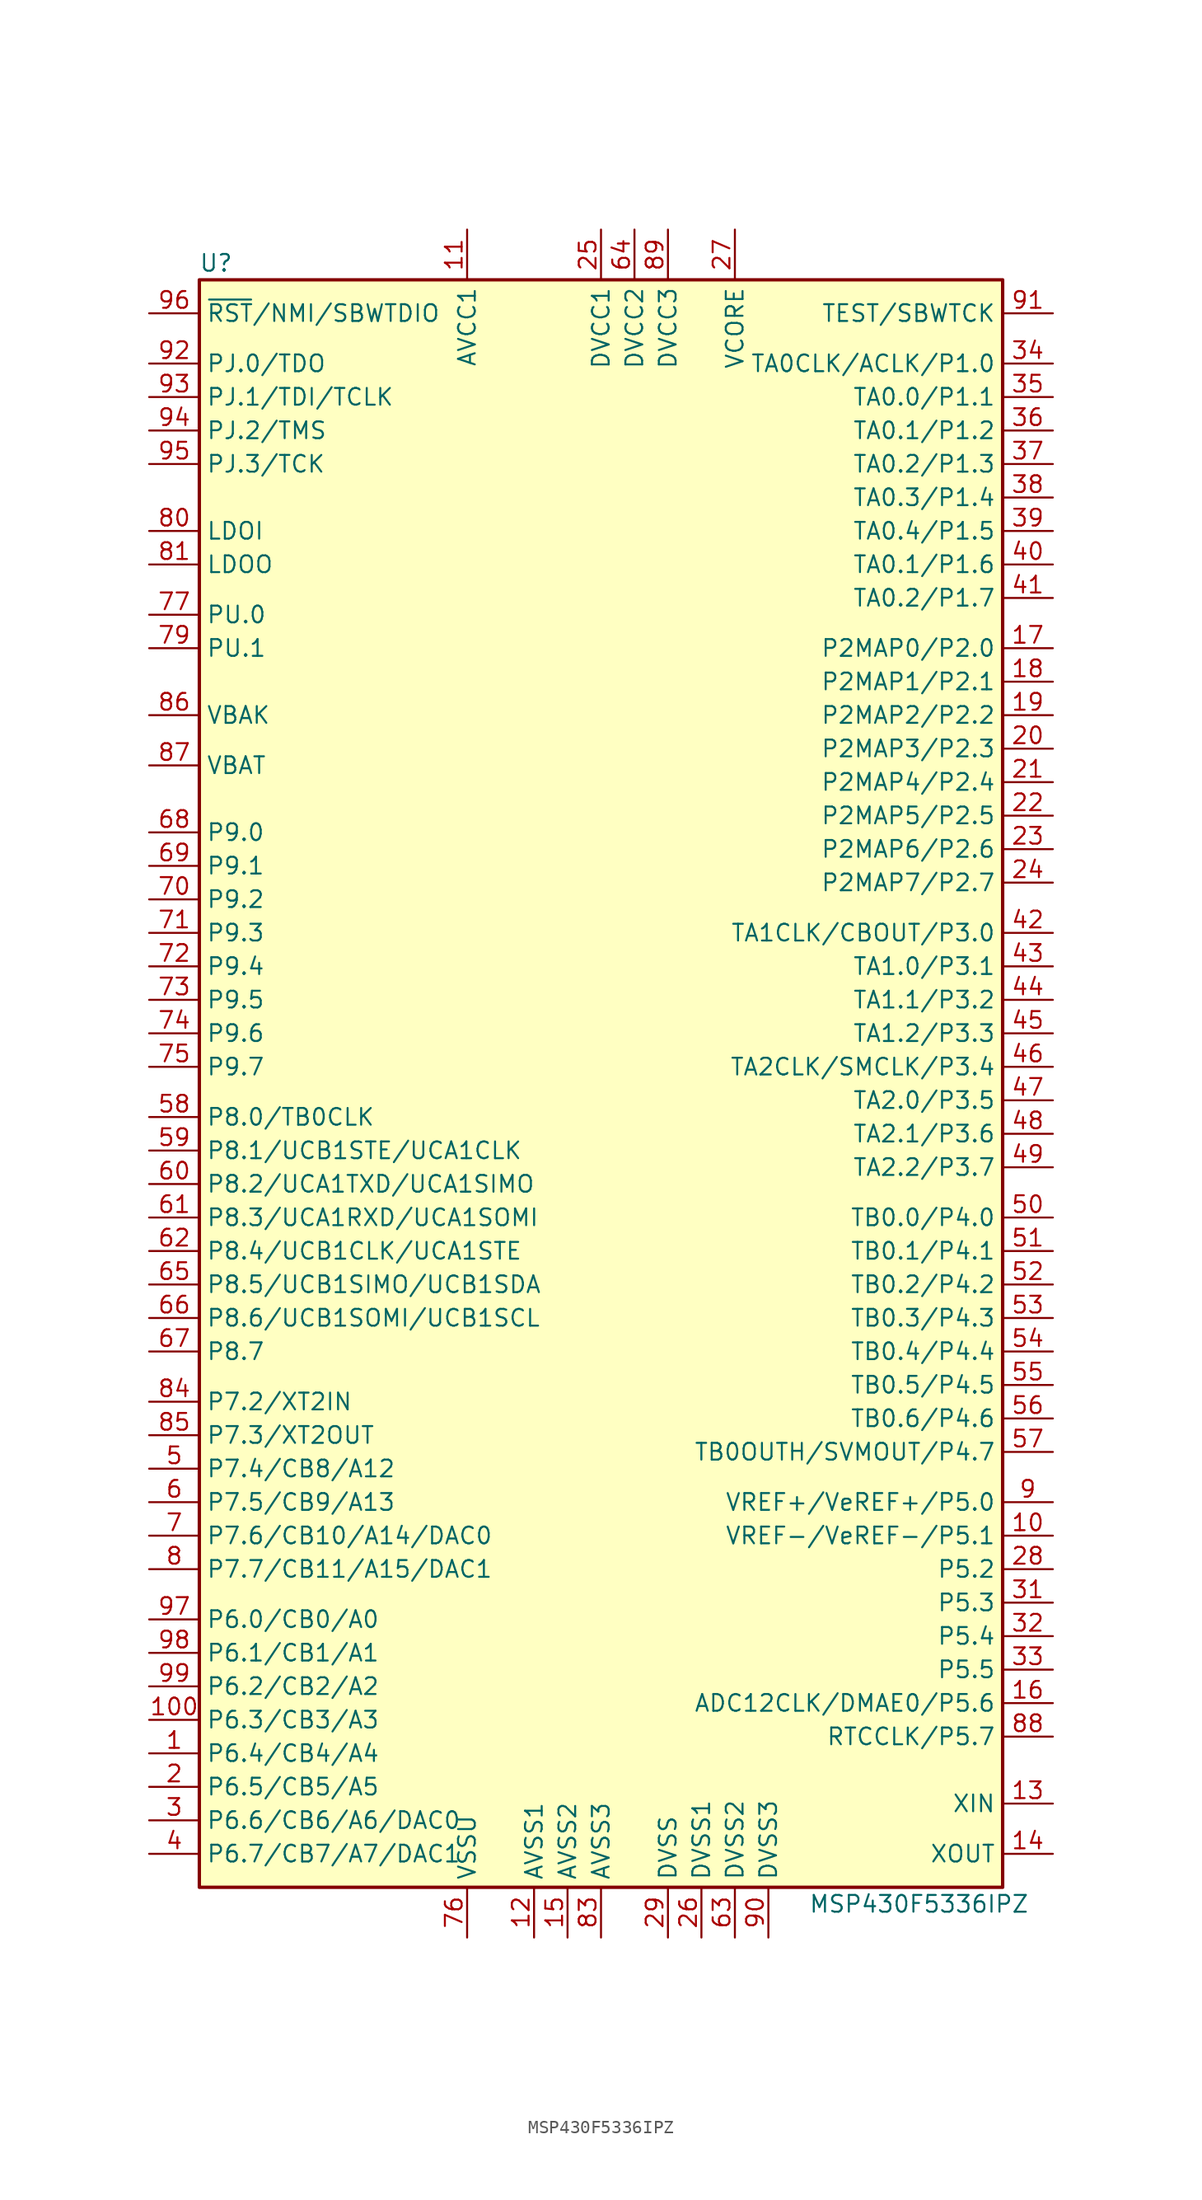
<source format=kicad_sym>
(kicad_symbol_lib
  (version 20231120)
  (generator "kicad_symbol_editor")
  (generator_version "8.0")
  (symbol "MSP430F5336IPZ"
    (property "Reference" "U"
      (at -29.21 60.96 0)
      (effects (font (size 1.27 1.27))))
    (property "Value" "MSP430F5336IPZ"
      (at 24.13 -63.5 0)
      (effects (font (size 1.27 1.27))))
    (symbol "MSP430F5336IPZ_0_1"
      (rectangle (start -30.48 59.69) (end 30.48 -62.23) (stroke (width 0.254) (type default)) (fill (type background))))
    (symbol "MSP430F5336IPZ_1_1"
      (pin bidirectional line (at -34.29 -52.07 0) (length 3.81) (name "P6.4/CB4/A4" (effects (font (size 1.27 1.27)))) (number "1" (effects (font (size 1.27 1.27)))))
      (pin bidirectional line (at 34.29 -35.56 180) (length 3.81) (name "VREF-/VeREF-/P5.1" (effects (font (size 1.27 1.27)))) (number "10" (effects (font (size 1.27 1.27)))))
      (pin bidirectional line (at -34.29 -49.53 0) (length 3.81) (name "P6.3/CB3/A3" (effects (font (size 1.27 1.27)))) (number "100" (effects (font (size 1.27 1.27)))))
      (pin power_in line (at -10.16 63.5 270) (length 3.81) (name "AVCC1" (effects (font (size 1.27 1.27)))) (number "11" (effects (font (size 1.27 1.27)))))
      (pin power_in line (at -5.08 -66.04 90) (length 3.81) (name "AVSS1" (effects (font (size 1.27 1.27)))) (number "12" (effects (font (size 1.27 1.27)))))
      (pin bidirectional line (at 34.29 -55.88 180) (length 3.81) (name "XIN" (effects (font (size 1.27 1.27)))) (number "13" (effects (font (size 1.27 1.27)))))
      (pin bidirectional line (at 34.29 -59.69 180) (length 3.81) (name "XOUT" (effects (font (size 1.27 1.27)))) (number "14" (effects (font (size 1.27 1.27)))))
      (pin power_in line (at -2.54 -66.04 90) (length 3.81) (name "AVSS2" (effects (font (size 1.27 1.27)))) (number "15" (effects (font (size 1.27 1.27)))))
      (pin bidirectional line (at 34.29 -48.26 180) (length 3.81) (name "ADC12CLK/DMAE0/P5.6" (effects (font (size 1.27 1.27)))) (number "16" (effects (font (size 1.27 1.27)))))
      (pin bidirectional line (at 34.29 31.75 180) (length 3.81) (name "P2MAP0/P2.0" (effects (font (size 1.27 1.27)))) (number "17" (effects (font (size 1.27 1.27)))))
      (pin bidirectional line (at 34.29 29.21 180) (length 3.81) (name "P2MAP1/P2.1" (effects (font (size 1.27 1.27)))) (number "18" (effects (font (size 1.27 1.27)))))
      (pin bidirectional line (at 34.29 26.67 180) (length 3.81) (name "P2MAP2/P2.2" (effects (font (size 1.27 1.27)))) (number "19" (effects (font (size 1.27 1.27)))))
      (pin bidirectional line (at -34.29 -54.61 0) (length 3.81) (name "P6.5/CB5/A5" (effects (font (size 1.27 1.27)))) (number "2" (effects (font (size 1.27 1.27)))))
      (pin bidirectional line (at 34.29 24.13 180) (length 3.81) (name "P2MAP3/P2.3" (effects (font (size 1.27 1.27)))) (number "20" (effects (font (size 1.27 1.27)))))
      (pin bidirectional line (at 34.29 21.59 180) (length 3.81) (name "P2MAP4/P2.4" (effects (font (size 1.27 1.27)))) (number "21" (effects (font (size 1.27 1.27)))))
      (pin bidirectional line (at 34.29 19.05 180) (length 3.81) (name "P2MAP5/P2.5" (effects (font (size 1.27 1.27)))) (number "22" (effects (font (size 1.27 1.27)))))
      (pin bidirectional line (at 34.29 16.51 180) (length 3.81) (name "P2MAP6/P2.6" (effects (font (size 1.27 1.27)))) (number "23" (effects (font (size 1.27 1.27)))))
      (pin bidirectional line (at 34.29 13.97 180) (length 3.81) (name "P2MAP7/P2.7" (effects (font (size 1.27 1.27)))) (number "24" (effects (font (size 1.27 1.27)))))
      (pin power_in line (at 0 63.5 270) (length 3.81) (name "DVCC1" (effects (font (size 1.27 1.27)))) (number "25" (effects (font (size 1.27 1.27)))))
      (pin power_in line (at 7.62 -66.04 90) (length 3.81) (name "DVSS1" (effects (font (size 1.27 1.27)))) (number "26" (effects (font (size 1.27 1.27)))))
      (pin bidirectional line (at 10.16 63.5 270) (length 3.81) (name "VCORE" (effects (font (size 1.27 1.27)))) (number "27" (effects (font (size 1.27 1.27)))))
      (pin bidirectional line (at 34.29 -38.1 180) (length 3.81) (name "P5.2" (effects (font (size 1.27 1.27)))) (number "28" (effects (font (size 1.27 1.27)))))
      (pin power_in line (at 5.08 -66.04 90) (length 3.81) (name "DVSS" (effects (font (size 1.27 1.27)))) (number "29" (effects (font (size 1.27 1.27)))))
      (pin bidirectional line (at -34.29 -57.15 0) (length 3.81) (name "P6.6/CB6/A6/DAC0" (effects (font (size 1.27 1.27)))) (number "3" (effects (font (size 1.27 1.27)))))
      (pin bidirectional line (at 34.29 -40.64 180) (length 3.81) (name "P5.3" (effects (font (size 1.27 1.27)))) (number "31" (effects (font (size 1.27 1.27)))))
      (pin bidirectional line (at 34.29 -43.18 180) (length 3.81) (name "P5.4" (effects (font (size 1.27 1.27)))) (number "32" (effects (font (size 1.27 1.27)))))
      (pin bidirectional line (at 34.29 -45.72 180) (length 3.81) (name "P5.5" (effects (font (size 1.27 1.27)))) (number "33" (effects (font (size 1.27 1.27)))))
      (pin bidirectional line (at 34.29 53.34 180) (length 3.81) (name "TA0CLK/ACLK/P1.0" (effects (font (size 1.27 1.27)))) (number "34" (effects (font (size 1.27 1.27)))))
      (pin bidirectional line (at 34.29 50.8 180) (length 3.81) (name "TA0.0/P1.1" (effects (font (size 1.27 1.27)))) (number "35" (effects (font (size 1.27 1.27)))))
      (pin bidirectional line (at 34.29 48.26 180) (length 3.81) (name "TA0.1/P1.2" (effects (font (size 1.27 1.27)))) (number "36" (effects (font (size 1.27 1.27)))))
      (pin bidirectional line (at 34.29 45.72 180) (length 3.81) (name "TA0.2/P1.3" (effects (font (size 1.27 1.27)))) (number "37" (effects (font (size 1.27 1.27)))))
      (pin bidirectional line (at 34.29 43.18 180) (length 3.81) (name "TA0.3/P1.4" (effects (font (size 1.27 1.27)))) (number "38" (effects (font (size 1.27 1.27)))))
      (pin bidirectional line (at 34.29 40.64 180) (length 3.81) (name "TA0.4/P1.5" (effects (font (size 1.27 1.27)))) (number "39" (effects (font (size 1.27 1.27)))))
      (pin bidirectional line (at -34.29 -59.69 0) (length 3.81) (name "P6.7/CB7/A7/DAC1" (effects (font (size 1.27 1.27)))) (number "4" (effects (font (size 1.27 1.27)))))
      (pin bidirectional line (at 34.29 38.1 180) (length 3.81) (name "TA0.1/P1.6" (effects (font (size 1.27 1.27)))) (number "40" (effects (font (size 1.27 1.27)))))
      (pin bidirectional line (at 34.29 35.56 180) (length 3.81) (name "TA0.2/P1.7" (effects (font (size 1.27 1.27)))) (number "41" (effects (font (size 1.27 1.27)))))
      (pin bidirectional line (at 34.29 10.16 180) (length 3.81) (name "TA1CLK/CBOUT/P3.0" (effects (font (size 1.27 1.27)))) (number "42" (effects (font (size 1.27 1.27)))))
      (pin bidirectional line (at 34.29 7.62 180) (length 3.81) (name "TA1.0/P3.1" (effects (font (size 1.27 1.27)))) (number "43" (effects (font (size 1.27 1.27)))))
      (pin bidirectional line (at 34.29 5.08 180) (length 3.81) (name "TA1.1/P3.2" (effects (font (size 1.27 1.27)))) (number "44" (effects (font (size 1.27 1.27)))))
      (pin bidirectional line (at 34.29 2.54 180) (length 3.81) (name "TA1.2/P3.3" (effects (font (size 1.27 1.27)))) (number "45" (effects (font (size 1.27 1.27)))))
      (pin bidirectional line (at 34.29 0 180) (length 3.81) (name "TA2CLK/SMCLK/P3.4" (effects (font (size 1.27 1.27)))) (number "46" (effects (font (size 1.27 1.27)))))
      (pin bidirectional line (at 34.29 -2.54 180) (length 3.81) (name "TA2.0/P3.5" (effects (font (size 1.27 1.27)))) (number "47" (effects (font (size 1.27 1.27)))))
      (pin bidirectional line (at 34.29 -5.08 180) (length 3.81) (name "TA2.1/P3.6" (effects (font (size 1.27 1.27)))) (number "48" (effects (font (size 1.27 1.27)))))
      (pin bidirectional line (at 34.29 -7.62 180) (length 3.81) (name "TA2.2/P3.7" (effects (font (size 1.27 1.27)))) (number "49" (effects (font (size 1.27 1.27)))))
      (pin bidirectional line (at -34.29 -30.48 0) (length 3.81) (name "P7.4/CB8/A12" (effects (font (size 1.27 1.27)))) (number "5" (effects (font (size 1.27 1.27)))))
      (pin bidirectional line (at 34.29 -11.43 180) (length 3.81) (name "TB0.0/P4.0" (effects (font (size 1.27 1.27)))) (number "50" (effects (font (size 1.27 1.27)))))
      (pin bidirectional line (at 34.29 -13.97 180) (length 3.81) (name "TB0.1/P4.1" (effects (font (size 1.27 1.27)))) (number "51" (effects (font (size 1.27 1.27)))))
      (pin bidirectional line (at 34.29 -16.51 180) (length 3.81) (name "TB0.2/P4.2" (effects (font (size 1.27 1.27)))) (number "52" (effects (font (size 1.27 1.27)))))
      (pin bidirectional line (at 34.29 -19.05 180) (length 3.81) (name "TB0.3/P4.3" (effects (font (size 1.27 1.27)))) (number "53" (effects (font (size 1.27 1.27)))))
      (pin bidirectional line (at 34.29 -21.59 180) (length 3.81) (name "TB0.4/P4.4" (effects (font (size 1.27 1.27)))) (number "54" (effects (font (size 1.27 1.27)))))
      (pin bidirectional line (at 34.29 -24.13 180) (length 3.81) (name "TB0.5/P4.5" (effects (font (size 1.27 1.27)))) (number "55" (effects (font (size 1.27 1.27)))))
      (pin bidirectional line (at 34.29 -26.67 180) (length 3.81) (name "TB0.6/P4.6" (effects (font (size 1.27 1.27)))) (number "56" (effects (font (size 1.27 1.27)))))
      (pin bidirectional line (at 34.29 -29.21 180) (length 3.81) (name "TB0OUTH/SVMOUT/P4.7" (effects (font (size 1.27 1.27)))) (number "57" (effects (font (size 1.27 1.27)))))
      (pin bidirectional line (at -34.29 -3.81 0) (length 3.81) (name "P8.0/TB0CLK" (effects (font (size 1.27 1.27)))) (number "58" (effects (font (size 1.27 1.27)))))
      (pin bidirectional line (at -34.29 -6.35 0) (length 3.81) (name "P8.1/UCB1STE/UCA1CLK" (effects (font (size 1.27 1.27)))) (number "59" (effects (font (size 1.27 1.27)))))
      (pin bidirectional line (at -34.29 -33.02 0) (length 3.81) (name "P7.5/CB9/A13" (effects (font (size 1.27 1.27)))) (number "6" (effects (font (size 1.27 1.27)))))
      (pin bidirectional line (at -34.29 -8.89 0) (length 3.81) (name "P8.2/UCA1TXD/UCA1SIMO" (effects (font (size 1.27 1.27)))) (number "60" (effects (font (size 1.27 1.27)))))
      (pin bidirectional line (at -34.29 -11.43 0) (length 3.81) (name "P8.3/UCA1RXD/UCA1SOMI" (effects (font (size 1.27 1.27)))) (number "61" (effects (font (size 1.27 1.27)))))
      (pin bidirectional line (at -34.29 -13.97 0) (length 3.81) (name "P8.4/UCB1CLK/UCA1STE" (effects (font (size 1.27 1.27)))) (number "62" (effects (font (size 1.27 1.27)))))
      (pin power_in line (at 10.16 -66.04 90) (length 3.81) (name "DVSS2" (effects (font (size 1.27 1.27)))) (number "63" (effects (font (size 1.27 1.27)))))
      (pin power_in line (at 2.54 63.5 270) (length 3.81) (name "DVCC2" (effects (font (size 1.27 1.27)))) (number "64" (effects (font (size 1.27 1.27)))))
      (pin bidirectional line (at -34.29 -16.51 0) (length 3.81) (name "P8.5/UCB1SIMO/UCB1SDA" (effects (font (size 1.27 1.27)))) (number "65" (effects (font (size 1.27 1.27)))))
      (pin bidirectional line (at -34.29 -19.05 0) (length 3.81) (name "P8.6/UCB1SOMI/UCB1SCL" (effects (font (size 1.27 1.27)))) (number "66" (effects (font (size 1.27 1.27)))))
      (pin bidirectional line (at -34.29 -21.59 0) (length 3.81) (name "P8.7" (effects (font (size 1.27 1.27)))) (number "67" (effects (font (size 1.27 1.27)))))
      (pin bidirectional line (at -34.29 17.78 0) (length 3.81) (name "P9.0" (effects (font (size 1.27 1.27)))) (number "68" (effects (font (size 1.27 1.27)))))
      (pin bidirectional line (at -34.29 15.24 0) (length 3.81) (name "P9.1" (effects (font (size 1.27 1.27)))) (number "69" (effects (font (size 1.27 1.27)))))
      (pin bidirectional line (at -34.29 -35.56 0) (length 3.81) (name "P7.6/CB10/A14/DAC0" (effects (font (size 1.27 1.27)))) (number "7" (effects (font (size 1.27 1.27)))))
      (pin bidirectional line (at -34.29 12.7 0) (length 3.81) (name "P9.2" (effects (font (size 1.27 1.27)))) (number "70" (effects (font (size 1.27 1.27)))))
      (pin bidirectional line (at -34.29 10.16 0) (length 3.81) (name "P9.3" (effects (font (size 1.27 1.27)))) (number "71" (effects (font (size 1.27 1.27)))))
      (pin bidirectional line (at -34.29 7.62 0) (length 3.81) (name "P9.4" (effects (font (size 1.27 1.27)))) (number "72" (effects (font (size 1.27 1.27)))))
      (pin bidirectional line (at -34.29 5.08 0) (length 3.81) (name "P9.5" (effects (font (size 1.27 1.27)))) (number "73" (effects (font (size 1.27 1.27)))))
      (pin bidirectional line (at -34.29 2.54 0) (length 3.81) (name "P9.6" (effects (font (size 1.27 1.27)))) (number "74" (effects (font (size 1.27 1.27)))))
      (pin bidirectional line (at -34.29 0 0) (length 3.81) (name "P9.7" (effects (font (size 1.27 1.27)))) (number "75" (effects (font (size 1.27 1.27)))))
      (pin power_in line (at -10.16 -66.04 90) (length 3.81) (name "VSSU" (effects (font (size 1.27 1.27)))) (number "76" (effects (font (size 1.27 1.27)))))
      (pin bidirectional line (at -34.29 34.29 0) (length 3.81) (name "PU.0" (effects (font (size 1.27 1.27)))) (number "77" (effects (font (size 1.27 1.27)))))
      (pin bidirectional line (at -34.29 31.75 0) (length 3.81) (name "PU.1" (effects (font (size 1.27 1.27)))) (number "79" (effects (font (size 1.27 1.27)))))
      (pin bidirectional line (at -34.29 -38.1 0) (length 3.81) (name "P7.7/CB11/A15/DAC1" (effects (font (size 1.27 1.27)))) (number "8" (effects (font (size 1.27 1.27)))))
      (pin bidirectional line (at -34.29 40.64 0) (length 3.81) (name "LDOI" (effects (font (size 1.27 1.27)))) (number "80" (effects (font (size 1.27 1.27)))))
      (pin bidirectional line (at -34.29 38.1 0) (length 3.81) (name "LDOO" (effects (font (size 1.27 1.27)))) (number "81" (effects (font (size 1.27 1.27)))))
      (pin power_in line (at 0 -66.04 90) (length 3.81) (name "AVSS3" (effects (font (size 1.27 1.27)))) (number "83" (effects (font (size 1.27 1.27)))))
      (pin bidirectional line (at -34.29 -25.4 0) (length 3.81) (name "P7.2/XT2IN" (effects (font (size 1.27 1.27)))) (number "84" (effects (font (size 1.27 1.27)))))
      (pin bidirectional line (at -34.29 -27.94 0) (length 3.81) (name "P7.3/XT2OUT" (effects (font (size 1.27 1.27)))) (number "85" (effects (font (size 1.27 1.27)))))
      (pin bidirectional line (at -34.29 26.67 0) (length 3.81) (name "VBAK" (effects (font (size 1.27 1.27)))) (number "86" (effects (font (size 1.27 1.27)))))
      (pin bidirectional line (at -34.29 22.86 0) (length 3.81) (name "VBAT" (effects (font (size 1.27 1.27)))) (number "87" (effects (font (size 1.27 1.27)))))
      (pin bidirectional line (at 34.29 -50.8 180) (length 3.81) (name "RTCCLK/P5.7" (effects (font (size 1.27 1.27)))) (number "88" (effects (font (size 1.27 1.27)))))
      (pin power_in line (at 5.08 63.5 270) (length 3.81) (name "DVCC3" (effects (font (size 1.27 1.27)))) (number "89" (effects (font (size 1.27 1.27)))))
      (pin bidirectional line (at 34.29 -33.02 180) (length 3.81) (name "VREF+/VeREF+/P5.0" (effects (font (size 1.27 1.27)))) (number "9" (effects (font (size 1.27 1.27)))))
      (pin power_in line (at 12.7 -66.04 90) (length 3.81) (name "DVSS3" (effects (font (size 1.27 1.27)))) (number "90" (effects (font (size 1.27 1.27)))))
      (pin input line (at 34.29 57.15 180) (length 3.81) (name "TEST/SBWTCK" (effects (font (size 1.27 1.27)))) (number "91" (effects (font (size 1.27 1.27)))))
      (pin bidirectional line (at -34.29 53.34 0) (length 3.81) (name "PJ.0/TDO" (effects (font (size 1.27 1.27)))) (number "92" (effects (font (size 1.27 1.27)))))
      (pin bidirectional line (at -34.29 50.8 0) (length 3.81) (name "PJ.1/TDI/TCLK" (effects (font (size 1.27 1.27)))) (number "93" (effects (font (size 1.27 1.27)))))
      (pin bidirectional line (at -34.29 48.26 0) (length 3.81) (name "PJ.2/TMS" (effects (font (size 1.27 1.27)))) (number "94" (effects (font (size 1.27 1.27)))))
      (pin bidirectional line (at -34.29 45.72 0) (length 3.81) (name "PJ.3/TCK" (effects (font (size 1.27 1.27)))) (number "95" (effects (font (size 1.27 1.27)))))
      (pin input line (at -34.29 57.15 0) (length 3.81) (name "~{RST}/NMI/SBWTDIO" (effects (font (size 1.27 1.27)))) (number "96" (effects (font (size 1.27 1.27)))))
      (pin bidirectional line (at -34.29 -41.91 0) (length 3.81) (name "P6.0/CB0/A0" (effects (font (size 1.27 1.27)))) (number "97" (effects (font (size 1.27 1.27)))))
      (pin bidirectional line (at -34.29 -44.45 0) (length 3.81) (name "P6.1/CB1/A1" (effects (font (size 1.27 1.27)))) (number "98" (effects (font (size 1.27 1.27)))))
      (pin bidirectional line (at -34.29 -46.99 0) (length 3.81) (name "P6.2/CB2/A2" (effects (font (size 1.27 1.27)))) (number "99" (effects (font (size 1.27 1.27))))))))
</source>
